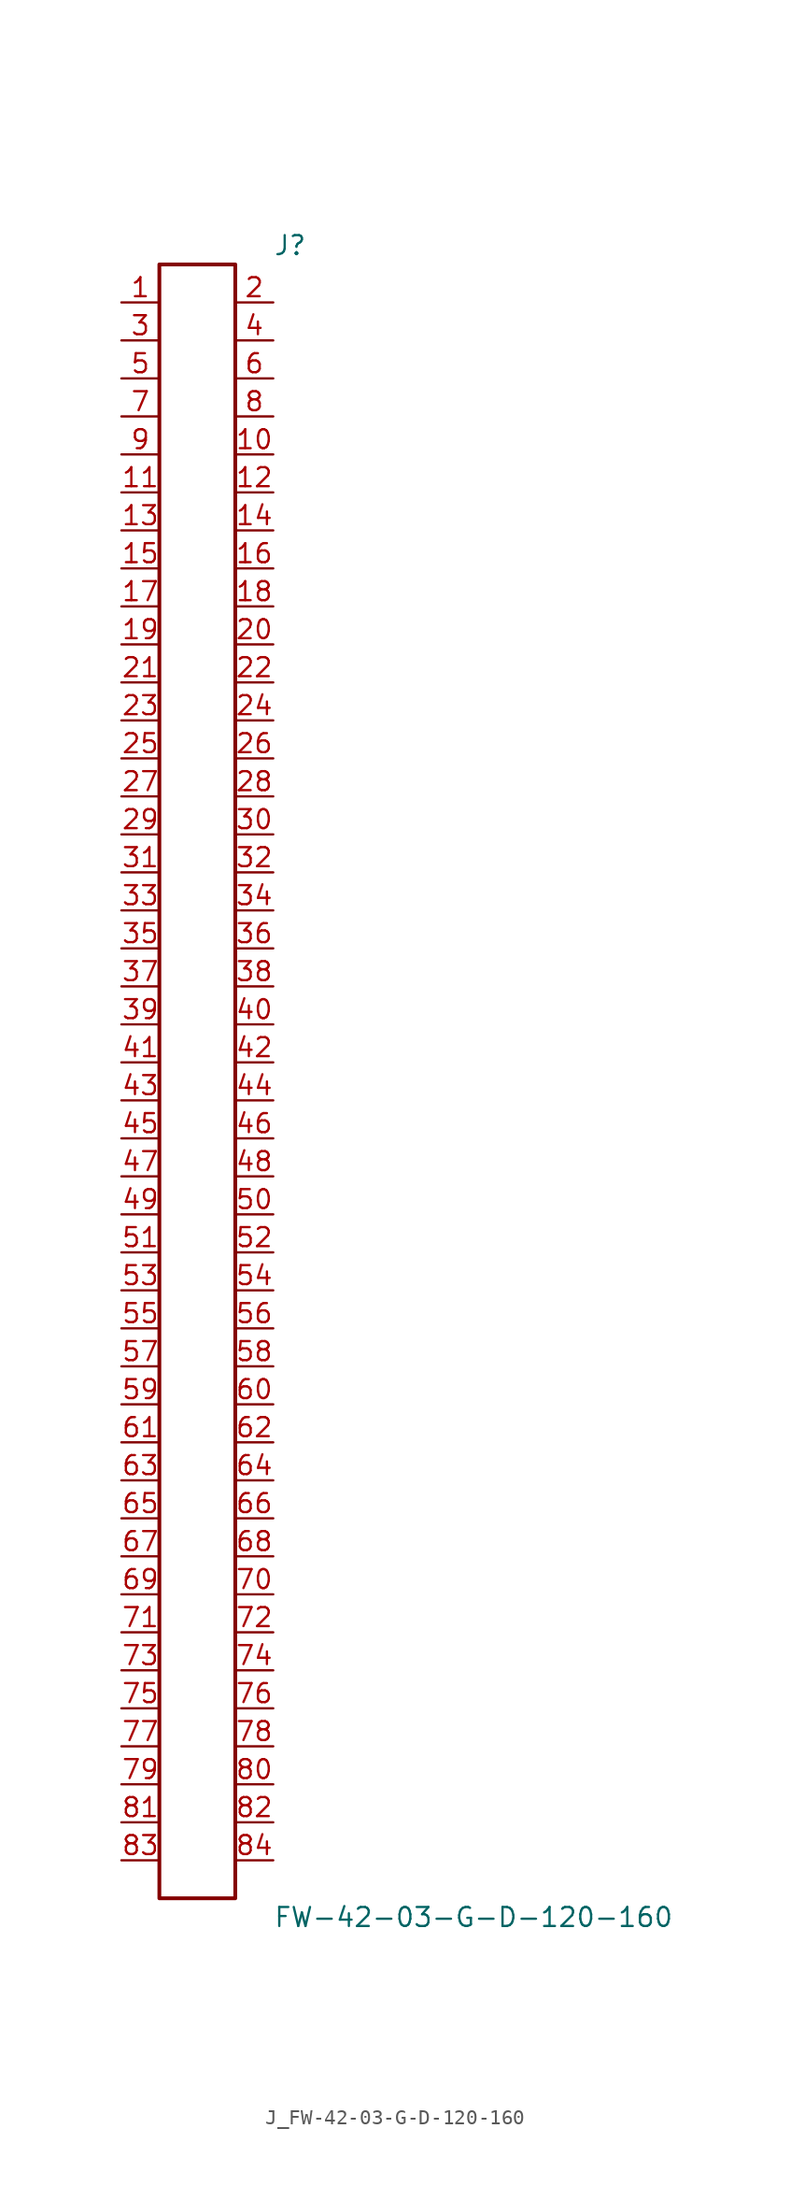
<source format=kicad_sym>
(kicad_symbol_lib
  (version 20231120)
  (generator kicad_symbol_editor)
  (generator_version 8.0)
  (symbol "J_FW-42-03-G-D-120-160"
    (pin_names
      (offset 0.254))
    (property "Reference" "J"
      (at 5.08 55.88 0)
      (effects (font (size 1.27 1.27)) (justify left)))
    (property "Value" "FW-42-03-G-D-120-160"
      (at 5.08 -55.88 0)
      (effects (font (size 1.27 1.27)) (justify left)))
    (symbol "J_FW-42-03-G-D-120-160_0_0"
      (pin passive line (at -5.08 52.07 0) (length 2.54) (name "" (effects (font (size 1.27 1.27)))) (number "1" (effects (font (size 1.27 1.27)))))
      (pin passive line (at 5.08 52.07 180) (length 2.54) (name "" (effects (font (size 1.27 1.27)))) (number "2" (effects (font (size 1.27 1.27)))))
      (pin passive line (at -5.08 49.53 0) (length 2.54) (name "" (effects (font (size 1.27 1.27)))) (number "3" (effects (font (size 1.27 1.27)))))
      (pin passive line (at 5.08 49.53 180) (length 2.54) (name "" (effects (font (size 1.27 1.27)))) (number "4" (effects (font (size 1.27 1.27)))))
      (pin passive line (at -5.08 46.99 0) (length 2.54) (name "" (effects (font (size 1.27 1.27)))) (number "5" (effects (font (size 1.27 1.27)))))
      (pin passive line (at 5.08 46.99 180) (length 2.54) (name "" (effects (font (size 1.27 1.27)))) (number "6" (effects (font (size 1.27 1.27)))))
      (pin passive line (at -5.08 44.45 0) (length 2.54) (name "" (effects (font (size 1.27 1.27)))) (number "7" (effects (font (size 1.27 1.27)))))
      (pin passive line (at 5.08 44.45 180) (length 2.54) (name "" (effects (font (size 1.27 1.27)))) (number "8" (effects (font (size 1.27 1.27)))))
      (pin passive line (at -5.08 41.91 0) (length 2.54) (name "" (effects (font (size 1.27 1.27)))) (number "9" (effects (font (size 1.27 1.27)))))
      (pin passive line (at 5.08 41.91 180) (length 2.54) (name "" (effects (font (size 1.27 1.27)))) (number "10" (effects (font (size 1.27 1.27)))))
      (pin passive line (at -5.08 39.37 0) (length 2.54) (name "" (effects (font (size 1.27 1.27)))) (number "11" (effects (font (size 1.27 1.27)))))
      (pin passive line (at 5.08 39.37 180) (length 2.54) (name "" (effects (font (size 1.27 1.27)))) (number "12" (effects (font (size 1.27 1.27)))))
      (pin passive line (at -5.08 36.83 0) (length 2.54) (name "" (effects (font (size 1.27 1.27)))) (number "13" (effects (font (size 1.27 1.27)))))
      (pin passive line (at 5.08 36.83 180) (length 2.54) (name "" (effects (font (size 1.27 1.27)))) (number "14" (effects (font (size 1.27 1.27)))))
      (pin passive line (at -5.08 34.29 0) (length 2.54) (name "" (effects (font (size 1.27 1.27)))) (number "15" (effects (font (size 1.27 1.27)))))
      (pin passive line (at 5.08 34.29 180) (length 2.54) (name "" (effects (font (size 1.27 1.27)))) (number "16" (effects (font (size 1.27 1.27)))))
      (pin passive line (at -5.08 31.75 0) (length 2.54) (name "" (effects (font (size 1.27 1.27)))) (number "17" (effects (font (size 1.27 1.27)))))
      (pin passive line (at 5.08 31.75 180) (length 2.54) (name "" (effects (font (size 1.27 1.27)))) (number "18" (effects (font (size 1.27 1.27)))))
      (pin passive line (at -5.08 29.21 0) (length 2.54) (name "" (effects (font (size 1.27 1.27)))) (number "19" (effects (font (size 1.27 1.27)))))
      (pin passive line (at 5.08 29.21 180) (length 2.54) (name "" (effects (font (size 1.27 1.27)))) (number "20" (effects (font (size 1.27 1.27)))))
      (pin passive line (at -5.08 26.67 0) (length 2.54) (name "" (effects (font (size 1.27 1.27)))) (number "21" (effects (font (size 1.27 1.27)))))
      (pin passive line (at 5.08 26.67 180) (length 2.54) (name "" (effects (font (size 1.27 1.27)))) (number "22" (effects (font (size 1.27 1.27)))))
      (pin passive line (at -5.08 24.13 0) (length 2.54) (name "" (effects (font (size 1.27 1.27)))) (number "23" (effects (font (size 1.27 1.27)))))
      (pin passive line (at 5.08 24.13 180) (length 2.54) (name "" (effects (font (size 1.27 1.27)))) (number "24" (effects (font (size 1.27 1.27)))))
      (pin passive line (at -5.08 21.59 0) (length 2.54) (name "" (effects (font (size 1.27 1.27)))) (number "25" (effects (font (size 1.27 1.27)))))
      (pin passive line (at 5.08 21.59 180) (length 2.54) (name "" (effects (font (size 1.27 1.27)))) (number "26" (effects (font (size 1.27 1.27)))))
      (pin passive line (at -5.08 19.05 0) (length 2.54) (name "" (effects (font (size 1.27 1.27)))) (number "27" (effects (font (size 1.27 1.27)))))
      (pin passive line (at 5.08 19.05 180) (length 2.54) (name "" (effects (font (size 1.27 1.27)))) (number "28" (effects (font (size 1.27 1.27)))))
      (pin passive line (at -5.08 16.51 0) (length 2.54) (name "" (effects (font (size 1.27 1.27)))) (number "29" (effects (font (size 1.27 1.27)))))
      (pin passive line (at 5.08 16.51 180) (length 2.54) (name "" (effects (font (size 1.27 1.27)))) (number "30" (effects (font (size 1.27 1.27)))))
      (pin passive line (at -5.08 13.97 0) (length 2.54) (name "" (effects (font (size 1.27 1.27)))) (number "31" (effects (font (size 1.27 1.27)))))
      (pin passive line (at 5.08 13.97 180) (length 2.54) (name "" (effects (font (size 1.27 1.27)))) (number "32" (effects (font (size 1.27 1.27)))))
      (pin passive line (at -5.08 11.43 0) (length 2.54) (name "" (effects (font (size 1.27 1.27)))) (number "33" (effects (font (size 1.27 1.27)))))
      (pin passive line (at 5.08 11.43 180) (length 2.54) (name "" (effects (font (size 1.27 1.27)))) (number "34" (effects (font (size 1.27 1.27)))))
      (pin passive line (at -5.08 8.89 0) (length 2.54) (name "" (effects (font (size 1.27 1.27)))) (number "35" (effects (font (size 1.27 1.27)))))
      (pin passive line (at 5.08 8.89 180) (length 2.54) (name "" (effects (font (size 1.27 1.27)))) (number "36" (effects (font (size 1.27 1.27)))))
      (pin passive line (at -5.08 6.35 0) (length 2.54) (name "" (effects (font (size 1.27 1.27)))) (number "37" (effects (font (size 1.27 1.27)))))
      (pin passive line (at 5.08 6.35 180) (length 2.54) (name "" (effects (font (size 1.27 1.27)))) (number "38" (effects (font (size 1.27 1.27)))))
      (pin passive line (at -5.08 3.81 0) (length 2.54) (name "" (effects (font (size 1.27 1.27)))) (number "39" (effects (font (size 1.27 1.27)))))
      (pin passive line (at 5.08 3.81 180) (length 2.54) (name "" (effects (font (size 1.27 1.27)))) (number "40" (effects (font (size 1.27 1.27)))))
      (pin passive line (at -5.08 1.27 0) (length 2.54) (name "" (effects (font (size 1.27 1.27)))) (number "41" (effects (font (size 1.27 1.27)))))
      (pin passive line (at 5.08 1.27 180) (length 2.54) (name "" (effects (font (size 1.27 1.27)))) (number "42" (effects (font (size 1.27 1.27)))))
      (pin passive line (at -5.08 -1.27 0) (length 2.54) (name "" (effects (font (size 1.27 1.27)))) (number "43" (effects (font (size 1.27 1.27)))))
      (pin passive line (at 5.08 -1.27 180) (length 2.54) (name "" (effects (font (size 1.27 1.27)))) (number "44" (effects (font (size 1.27 1.27)))))
      (pin passive line (at -5.08 -3.81 0) (length 2.54) (name "" (effects (font (size 1.27 1.27)))) (number "45" (effects (font (size 1.27 1.27)))))
      (pin passive line (at 5.08 -3.81 180) (length 2.54) (name "" (effects (font (size 1.27 1.27)))) (number "46" (effects (font (size 1.27 1.27)))))
      (pin passive line (at -5.08 -6.35 0) (length 2.54) (name "" (effects (font (size 1.27 1.27)))) (number "47" (effects (font (size 1.27 1.27)))))
      (pin passive line (at 5.08 -6.35 180) (length 2.54) (name "" (effects (font (size 1.27 1.27)))) (number "48" (effects (font (size 1.27 1.27)))))
      (pin passive line (at -5.08 -8.89 0) (length 2.54) (name "" (effects (font (size 1.27 1.27)))) (number "49" (effects (font (size 1.27 1.27)))))
      (pin passive line (at 5.08 -8.89 180) (length 2.54) (name "" (effects (font (size 1.27 1.27)))) (number "50" (effects (font (size 1.27 1.27)))))
      (pin passive line (at -5.08 -11.43 0) (length 2.54) (name "" (effects (font (size 1.27 1.27)))) (number "51" (effects (font (size 1.27 1.27)))))
      (pin passive line (at 5.08 -11.43 180) (length 2.54) (name "" (effects (font (size 1.27 1.27)))) (number "52" (effects (font (size 1.27 1.27)))))
      (pin passive line (at -5.08 -13.97 0) (length 2.54) (name "" (effects (font (size 1.27 1.27)))) (number "53" (effects (font (size 1.27 1.27)))))
      (pin passive line (at 5.08 -13.97 180) (length 2.54) (name "" (effects (font (size 1.27 1.27)))) (number "54" (effects (font (size 1.27 1.27)))))
      (pin passive line (at -5.08 -16.51 0) (length 2.54) (name "" (effects (font (size 1.27 1.27)))) (number "55" (effects (font (size 1.27 1.27)))))
      (pin passive line (at 5.08 -16.51 180) (length 2.54) (name "" (effects (font (size 1.27 1.27)))) (number "56" (effects (font (size 1.27 1.27)))))
      (pin passive line (at -5.08 -19.05 0) (length 2.54) (name "" (effects (font (size 1.27 1.27)))) (number "57" (effects (font (size 1.27 1.27)))))
      (pin passive line (at 5.08 -19.05 180) (length 2.54) (name "" (effects (font (size 1.27 1.27)))) (number "58" (effects (font (size 1.27 1.27)))))
      (pin passive line (at -5.08 -21.59 0) (length 2.54) (name "" (effects (font (size 1.27 1.27)))) (number "59" (effects (font (size 1.27 1.27)))))
      (pin passive line (at 5.08 -21.59 180) (length 2.54) (name "" (effects (font (size 1.27 1.27)))) (number "60" (effects (font (size 1.27 1.27)))))
      (pin passive line (at -5.08 -24.13 0) (length 2.54) (name "" (effects (font (size 1.27 1.27)))) (number "61" (effects (font (size 1.27 1.27)))))
      (pin passive line (at 5.08 -24.13 180) (length 2.54) (name "" (effects (font (size 1.27 1.27)))) (number "62" (effects (font (size 1.27 1.27)))))
      (pin passive line (at -5.08 -26.67 0) (length 2.54) (name "" (effects (font (size 1.27 1.27)))) (number "63" (effects (font (size 1.27 1.27)))))
      (pin passive line (at 5.08 -26.67 180) (length 2.54) (name "" (effects (font (size 1.27 1.27)))) (number "64" (effects (font (size 1.27 1.27)))))
      (pin passive line (at -5.08 -29.21 0) (length 2.54) (name "" (effects (font (size 1.27 1.27)))) (number "65" (effects (font (size 1.27 1.27)))))
      (pin passive line (at 5.08 -29.21 180) (length 2.54) (name "" (effects (font (size 1.27 1.27)))) (number "66" (effects (font (size 1.27 1.27)))))
      (pin passive line (at -5.08 -31.75 0) (length 2.54) (name "" (effects (font (size 1.27 1.27)))) (number "67" (effects (font (size 1.27 1.27)))))
      (pin passive line (at 5.08 -31.75 180) (length 2.54) (name "" (effects (font (size 1.27 1.27)))) (number "68" (effects (font (size 1.27 1.27)))))
      (pin passive line (at -5.08 -34.29 0) (length 2.54) (name "" (effects (font (size 1.27 1.27)))) (number "69" (effects (font (size 1.27 1.27)))))
      (pin passive line (at 5.08 -34.29 180) (length 2.54) (name "" (effects (font (size 1.27 1.27)))) (number "70" (effects (font (size 1.27 1.27)))))
      (pin passive line (at -5.08 -36.83 0) (length 2.54) (name "" (effects (font (size 1.27 1.27)))) (number "71" (effects (font (size 1.27 1.27)))))
      (pin passive line (at 5.08 -36.83 180) (length 2.54) (name "" (effects (font (size 1.27 1.27)))) (number "72" (effects (font (size 1.27 1.27)))))
      (pin passive line (at -5.08 -39.37 0) (length 2.54) (name "" (effects (font (size 1.27 1.27)))) (number "73" (effects (font (size 1.27 1.27)))))
      (pin passive line (at 5.08 -39.37 180) (length 2.54) (name "" (effects (font (size 1.27 1.27)))) (number "74" (effects (font (size 1.27 1.27)))))
      (pin passive line (at -5.08 -41.91 0) (length 2.54) (name "" (effects (font (size 1.27 1.27)))) (number "75" (effects (font (size 1.27 1.27)))))
      (pin passive line (at 5.08 -41.91 180) (length 2.54) (name "" (effects (font (size 1.27 1.27)))) (number "76" (effects (font (size 1.27 1.27)))))
      (pin passive line (at -5.08 -44.45 0) (length 2.54) (name "" (effects (font (size 1.27 1.27)))) (number "77" (effects (font (size 1.27 1.27)))))
      (pin passive line (at 5.08 -44.45 180) (length 2.54) (name "" (effects (font (size 1.27 1.27)))) (number "78" (effects (font (size 1.27 1.27)))))
      (pin passive line (at -5.08 -46.99 0) (length 2.54) (name "" (effects (font (size 1.27 1.27)))) (number "79" (effects (font (size 1.27 1.27)))))
      (pin passive line (at 5.08 -46.99 180) (length 2.54) (name "" (effects (font (size 1.27 1.27)))) (number "80" (effects (font (size 1.27 1.27)))))
      (pin passive line (at -5.08 -49.53 0) (length 2.54) (name "" (effects (font (size 1.27 1.27)))) (number "81" (effects (font (size 1.27 1.27)))))
      (pin passive line (at 5.08 -49.53 180) (length 2.54) (name "" (effects (font (size 1.27 1.27)))) (number "82" (effects (font (size 1.27 1.27)))))
      (pin passive line (at -5.08 -52.07 0) (length 2.54) (name "" (effects (font (size 1.27 1.27)))) (number "83" (effects (font (size 1.27 1.27)))))
      (pin passive line (at 5.08 -52.07 180) (length 2.54) (name "" (effects (font (size 1.27 1.27)))) (number "84" (effects (font (size 1.27 1.27))))))
    (symbol "J_FW-42-03-G-D-120-160_1_0"
      (rectangle (start -2.54 54.61) (end 2.54 -54.61) (stroke (width 0.254) (type solid)) (fill (type none))))))
</source>
